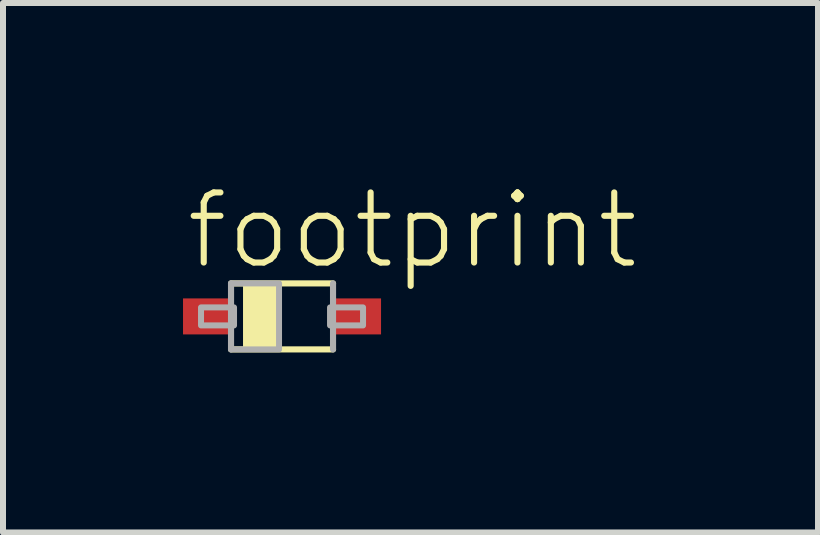
<source format=kicad_pcb>
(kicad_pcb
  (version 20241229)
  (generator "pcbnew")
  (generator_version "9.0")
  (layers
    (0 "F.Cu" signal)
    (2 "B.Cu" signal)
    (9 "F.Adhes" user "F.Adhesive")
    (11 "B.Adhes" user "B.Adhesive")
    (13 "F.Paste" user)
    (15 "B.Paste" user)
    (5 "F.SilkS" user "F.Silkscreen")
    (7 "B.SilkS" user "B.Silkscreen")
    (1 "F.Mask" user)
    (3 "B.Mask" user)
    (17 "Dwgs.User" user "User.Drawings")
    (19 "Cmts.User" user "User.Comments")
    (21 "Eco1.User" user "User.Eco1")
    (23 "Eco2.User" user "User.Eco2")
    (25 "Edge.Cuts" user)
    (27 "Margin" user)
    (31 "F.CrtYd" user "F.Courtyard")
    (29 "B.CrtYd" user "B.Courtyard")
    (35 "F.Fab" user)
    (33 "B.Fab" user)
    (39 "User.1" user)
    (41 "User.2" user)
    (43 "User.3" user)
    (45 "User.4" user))
  (footprint "footprint"
    (layer "F.Cu")
    (at 1.65 2.223)
    (property "Reference" "footprint" (at -1.65 -0.75 0) (layer "F.SilkS") (effects (font (size 1.168 1.168) (thickness 0.102)) (justify left bottom)))
    (fp_line (start -0.85 -0.55) (end 0.85 -0.55) (stroke (width 0.102) (type solid)) (layer "F.SilkS"))
    (fp_line (start 0.85 0.55) (end -0.85 0.55) (stroke (width 0.102) (type solid)) (layer "F.SilkS"))
    (fp_poly (pts (xy -0.65 0.55) (xy -0.05 0.55) (xy -0.05 -0.55) (xy -0.65 -0.55)) (stroke (width 0) (type solid)) (fill yes) (layer "F.SilkS"))
    (fp_line (start -0.85 0.55) (end -0.85 -0.55) (stroke (width 0.102) (type solid)) (layer "F.Fab"))
    (fp_line (start 0.85 -0.55) (end 0.85 0.55) (stroke (width 0.102) (type solid)) (layer "F.Fab"))
    (fp_poly (pts (xy -1.35 0.15) (xy -0.8 0.15) (xy -0.8 -0.15) (xy -1.35 -0.15)) (stroke (width 0.1) (type solid)) (fill no) (layer "F.Fab"))
    (fp_poly (pts (xy -0.85 0.55) (xy -0.05 0.55) (xy -0.05 -0.55) (xy -0.85 -0.55)) (stroke (width 0.1) (type solid)) (fill no) (layer "F.Fab"))
    (fp_poly (pts (xy 0.8 0.15) (xy 1.35 0.15) (xy 1.35 -0.15) (xy 0.8 -0.15)) (stroke (width 0.1) (type solid)) (fill no) (layer "F.Fab"))
    (pad "A" smd rect (at 1.25 0) (size 0.8 0.6) (layers "F.Cu" "F.Mask" "F.Paste"))
    (pad "C" smd rect (at -1.25 0) (size 0.8 0.6) (layers "F.Cu" "F.Mask" "F.Paste")))
  (gr_rect
    (start -3 -3)
    (end 10.582 5.824)
    (stroke (width 0.1) (type default))
    (fill no)
    (layer "Edge.Cuts")))
</source>
